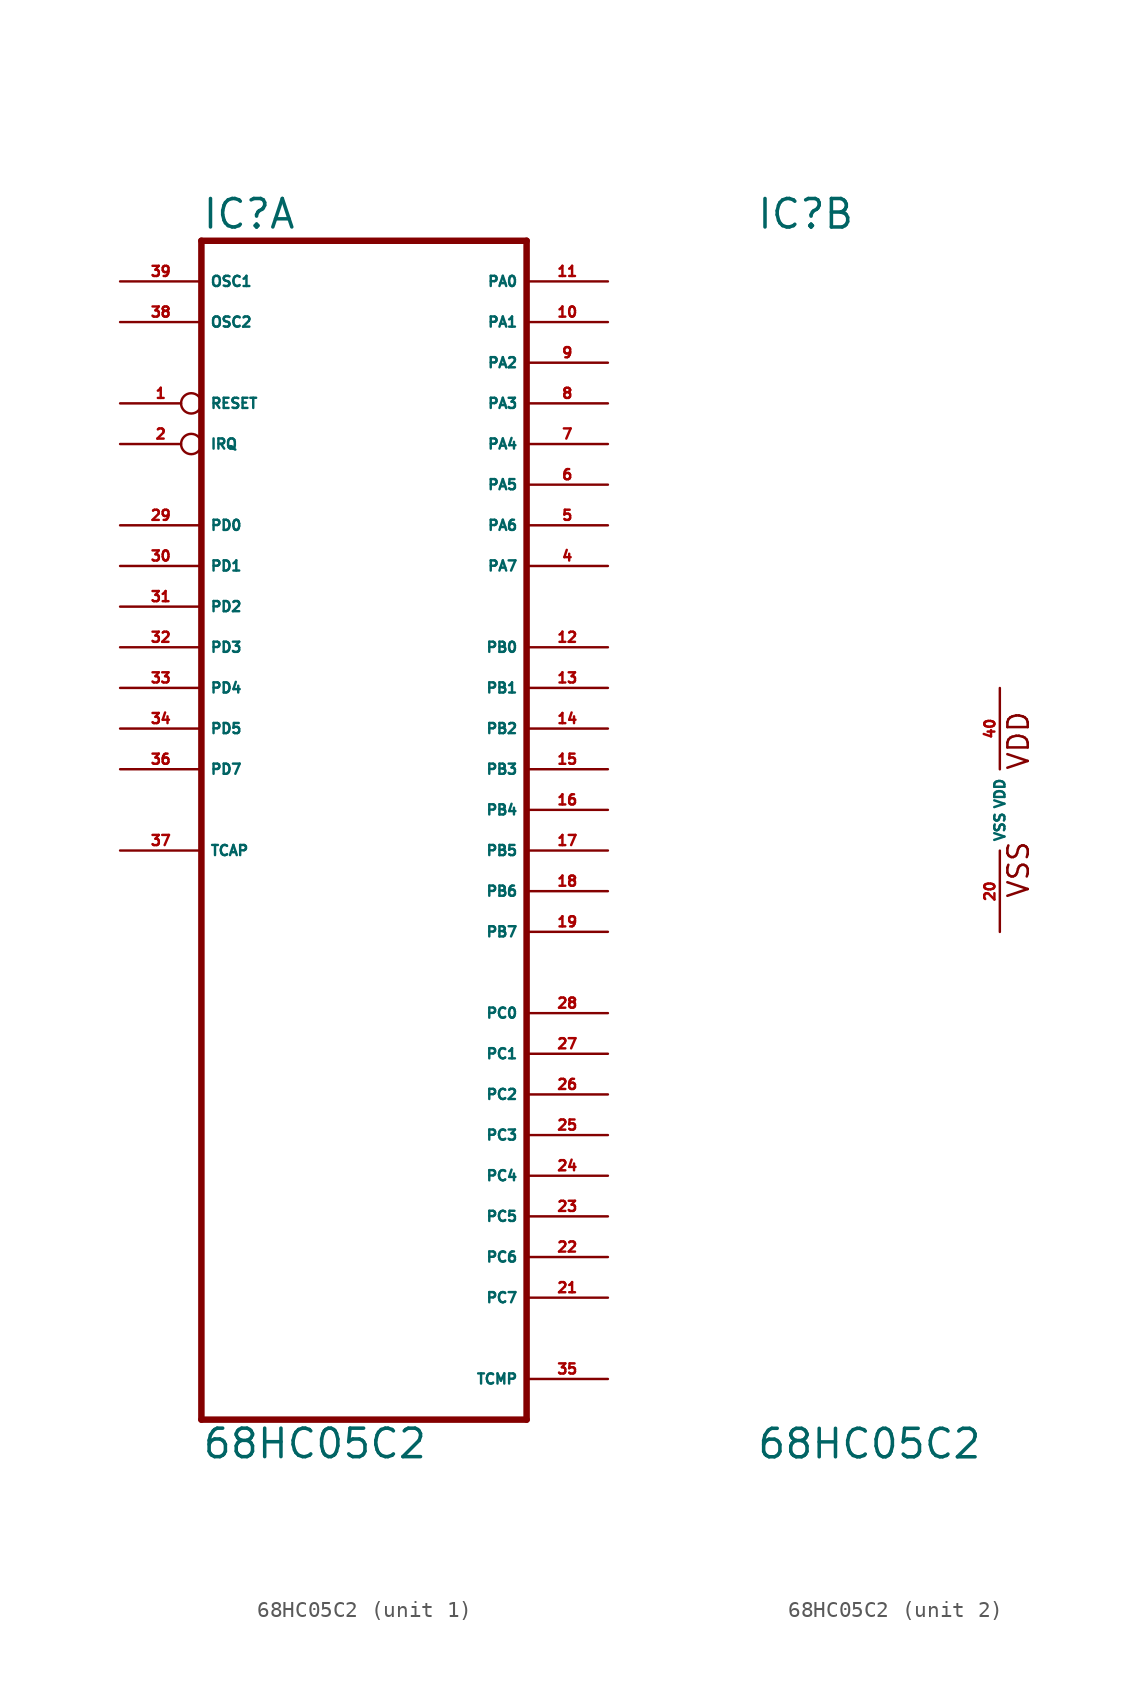
<source format=kicad_sym>
(kicad_symbol_lib
  (version 20220914)
  (generator Eagle2Kicad)
  (symbol "68HC05C2"
    (property "Reference" "IC"
      (at -15.24 36.195 0)
      (effects (font (size 1.778 1.778) (thickness 0.22)) (justify left bottom)))
    (property "Value" "68HC05C2"
      (at -15.24 -40.64 0)
      (effects (font (size 1.778 1.778) (thickness 0.22)) (justify left bottom)))
    (symbol "68HC05C2_1_0"
      (polyline (pts (xy -15.24 -38.1) (xy 5.08 -38.1)) (stroke (width 0.406) (type default)) (fill (type none)))
      (polyline (pts (xy 5.08 -38.1) (xy 5.08 35.56)) (stroke (width 0.406) (type default)) (fill (type none)))
      (polyline (pts (xy 5.08 35.56) (xy -15.24 35.56)) (stroke (width 0.406) (type default)) (fill (type none)))
      (polyline (pts (xy -15.24 35.56) (xy -15.24 -38.1)) (stroke (width 0.406) (type default)) (fill (type none)))
      (pin input inverted (at -20.32 25.4 0) (length 5.08) (name "RESET" (effects (font (size 0.635 0.635) (thickness 0.08)) (justify left bottom))) (number "1" (effects (font (size 0.635 0.635) (thickness 0.08)) (justify left bottom))))
      (pin input inverted (at -20.32 22.86 0) (length 5.08) (name "IRQ" (effects (font (size 0.635 0.635) (thickness 0.08)) (justify left bottom))) (number "2" (effects (font (size 0.635 0.635) (thickness 0.08)) (justify left bottom))))
      (pin bidirectional line (at 10.16 15.24 180) (length 5.08) (name "PA7" (effects (font (size 0.635 0.635) (thickness 0.08)) (justify left bottom))) (number "4" (effects (font (size 0.635 0.635) (thickness 0.08)) (justify left bottom))))
      (pin bidirectional line (at 10.16 17.78 180) (length 5.08) (name "PA6" (effects (font (size 0.635 0.635) (thickness 0.08)) (justify left bottom))) (number "5" (effects (font (size 0.635 0.635) (thickness 0.08)) (justify left bottom))))
      (pin bidirectional line (at 10.16 20.32 180) (length 5.08) (name "PA5" (effects (font (size 0.635 0.635) (thickness 0.08)) (justify left bottom))) (number "6" (effects (font (size 0.635 0.635) (thickness 0.08)) (justify left bottom))))
      (pin bidirectional line (at 10.16 22.86 180) (length 5.08) (name "PA4" (effects (font (size 0.635 0.635) (thickness 0.08)) (justify left bottom))) (number "7" (effects (font (size 0.635 0.635) (thickness 0.08)) (justify left bottom))))
      (pin bidirectional line (at 10.16 25.4 180) (length 5.08) (name "PA3" (effects (font (size 0.635 0.635) (thickness 0.08)) (justify left bottom))) (number "8" (effects (font (size 0.635 0.635) (thickness 0.08)) (justify left bottom))))
      (pin bidirectional line (at 10.16 27.94 180) (length 5.08) (name "PA2" (effects (font (size 0.635 0.635) (thickness 0.08)) (justify left bottom))) (number "9" (effects (font (size 0.635 0.635) (thickness 0.08)) (justify left bottom))))
      (pin bidirectional line (at 10.16 30.48 180) (length 5.08) (name "PA1" (effects (font (size 0.635 0.635) (thickness 0.08)) (justify left bottom))) (number "10" (effects (font (size 0.635 0.635) (thickness 0.08)) (justify left bottom))))
      (pin bidirectional line (at 10.16 33.02 180) (length 5.08) (name "PA0" (effects (font (size 0.635 0.635) (thickness 0.08)) (justify left bottom))) (number "11" (effects (font (size 0.635 0.635) (thickness 0.08)) (justify left bottom))))
      (pin bidirectional line (at 10.16 10.16 180) (length 5.08) (name "PB0" (effects (font (size 0.635 0.635) (thickness 0.08)) (justify left bottom))) (number "12" (effects (font (size 0.635 0.635) (thickness 0.08)) (justify left bottom))))
      (pin bidirectional line (at 10.16 7.62 180) (length 5.08) (name "PB1" (effects (font (size 0.635 0.635) (thickness 0.08)) (justify left bottom))) (number "13" (effects (font (size 0.635 0.635) (thickness 0.08)) (justify left bottom))))
      (pin bidirectional line (at 10.16 5.08 180) (length 5.08) (name "PB2" (effects (font (size 0.635 0.635) (thickness 0.08)) (justify left bottom))) (number "14" (effects (font (size 0.635 0.635) (thickness 0.08)) (justify left bottom))))
      (pin bidirectional line (at 10.16 2.54 180) (length 5.08) (name "PB3" (effects (font (size 0.635 0.635) (thickness 0.08)) (justify left bottom))) (number "15" (effects (font (size 0.635 0.635) (thickness 0.08)) (justify left bottom))))
      (pin bidirectional line (at 10.16 0 180) (length 5.08) (name "PB4" (effects (font (size 0.635 0.635) (thickness 0.08)) (justify left bottom))) (number "16" (effects (font (size 0.635 0.635) (thickness 0.08)) (justify left bottom))))
      (pin bidirectional line (at 10.16 -2.54 180) (length 5.08) (name "PB5" (effects (font (size 0.635 0.635) (thickness 0.08)) (justify left bottom))) (number "17" (effects (font (size 0.635 0.635) (thickness 0.08)) (justify left bottom))))
      (pin bidirectional line (at 10.16 -5.08 180) (length 5.08) (name "PB6" (effects (font (size 0.635 0.635) (thickness 0.08)) (justify left bottom))) (number "18" (effects (font (size 0.635 0.635) (thickness 0.08)) (justify left bottom))))
      (pin bidirectional line (at 10.16 -7.62 180) (length 5.08) (name "PB7" (effects (font (size 0.635 0.635) (thickness 0.08)) (justify left bottom))) (number "19" (effects (font (size 0.635 0.635) (thickness 0.08)) (justify left bottom))))
      (pin bidirectional line (at 10.16 -30.48 180) (length 5.08) (name "PC7" (effects (font (size 0.635 0.635) (thickness 0.08)) (justify left bottom))) (number "21" (effects (font (size 0.635 0.635) (thickness 0.08)) (justify left bottom))))
      (pin bidirectional line (at 10.16 -27.94 180) (length 5.08) (name "PC6" (effects (font (size 0.635 0.635) (thickness 0.08)) (justify left bottom))) (number "22" (effects (font (size 0.635 0.635) (thickness 0.08)) (justify left bottom))))
      (pin bidirectional line (at 10.16 -25.4 180) (length 5.08) (name "PC5" (effects (font (size 0.635 0.635) (thickness 0.08)) (justify left bottom))) (number "23" (effects (font (size 0.635 0.635) (thickness 0.08)) (justify left bottom))))
      (pin bidirectional line (at 10.16 -22.86 180) (length 5.08) (name "PC4" (effects (font (size 0.635 0.635) (thickness 0.08)) (justify left bottom))) (number "24" (effects (font (size 0.635 0.635) (thickness 0.08)) (justify left bottom))))
      (pin bidirectional line (at 10.16 -20.32 180) (length 5.08) (name "PC3" (effects (font (size 0.635 0.635) (thickness 0.08)) (justify left bottom))) (number "25" (effects (font (size 0.635 0.635) (thickness 0.08)) (justify left bottom))))
      (pin bidirectional line (at 10.16 -17.78 180) (length 5.08) (name "PC2" (effects (font (size 0.635 0.635) (thickness 0.08)) (justify left bottom))) (number "26" (effects (font (size 0.635 0.635) (thickness 0.08)) (justify left bottom))))
      (pin bidirectional line (at 10.16 -15.24 180) (length 5.08) (name "PC1" (effects (font (size 0.635 0.635) (thickness 0.08)) (justify left bottom))) (number "27" (effects (font (size 0.635 0.635) (thickness 0.08)) (justify left bottom))))
      (pin bidirectional line (at 10.16 -12.7 180) (length 5.08) (name "PC0" (effects (font (size 0.635 0.635) (thickness 0.08)) (justify left bottom))) (number "28" (effects (font (size 0.635 0.635) (thickness 0.08)) (justify left bottom))))
      (pin input line (at -20.32 17.78 0) (length 5.08) (name "PD0" (effects (font (size 0.635 0.635) (thickness 0.08)) (justify left bottom))) (number "29" (effects (font (size 0.635 0.635) (thickness 0.08)) (justify left bottom))))
      (pin input line (at -20.32 15.24 0) (length 5.08) (name "PD1" (effects (font (size 0.635 0.635) (thickness 0.08)) (justify left bottom))) (number "30" (effects (font (size 0.635 0.635) (thickness 0.08)) (justify left bottom))))
      (pin input line (at -20.32 12.7 0) (length 5.08) (name "PD2" (effects (font (size 0.635 0.635) (thickness 0.08)) (justify left bottom))) (number "31" (effects (font (size 0.635 0.635) (thickness 0.08)) (justify left bottom))))
      (pin input line (at -20.32 10.16 0) (length 5.08) (name "PD3" (effects (font (size 0.635 0.635) (thickness 0.08)) (justify left bottom))) (number "32" (effects (font (size 0.635 0.635) (thickness 0.08)) (justify left bottom))))
      (pin input line (at -20.32 7.62 0) (length 5.08) (name "PD4" (effects (font (size 0.635 0.635) (thickness 0.08)) (justify left bottom))) (number "33" (effects (font (size 0.635 0.635) (thickness 0.08)) (justify left bottom))))
      (pin input line (at -20.32 5.08 0) (length 5.08) (name "PD5" (effects (font (size 0.635 0.635) (thickness 0.08)) (justify left bottom))) (number "34" (effects (font (size 0.635 0.635) (thickness 0.08)) (justify left bottom))))
      (pin output line (at 10.16 -35.56 180) (length 5.08) (name "TCMP" (effects (font (size 0.635 0.635) (thickness 0.08)) (justify left bottom))) (number "35" (effects (font (size 0.635 0.635) (thickness 0.08)) (justify left bottom))))
      (pin input line (at -20.32 2.54 0) (length 5.08) (name "PD7" (effects (font (size 0.635 0.635) (thickness 0.08)) (justify left bottom))) (number "36" (effects (font (size 0.635 0.635) (thickness 0.08)) (justify left bottom))))
      (pin input line (at -20.32 -2.54 0) (length 5.08) (name "TCAP" (effects (font (size 0.635 0.635) (thickness 0.08)) (justify left bottom))) (number "37" (effects (font (size 0.635 0.635) (thickness 0.08)) (justify left bottom))))
      (pin passive line (at -20.32 30.48 0) (length 5.08) (name "OSC2" (effects (font (size 0.635 0.635) (thickness 0.08)) (justify left bottom))) (number "38" (effects (font (size 0.635 0.635) (thickness 0.08)) (justify left bottom))))
      (pin input line (at -20.32 33.02 0) (length 5.08) (name "OSC1" (effects (font (size 0.635 0.635) (thickness 0.08)) (justify left bottom))) (number "39" (effects (font (size 0.635 0.635) (thickness 0.08)) (justify left bottom)))))
    (symbol "68HC05C2_2_0"
      (text "VSS" (at 1.905 -5.588 900) (effects (font (size 1.27 1.27) (thickness 0.16)) (justify left bottom)))
      (text "VDD" (at 1.905 2.413 900) (effects (font (size 1.27 1.27) (thickness 0.16)) (justify left bottom)))
      (pin unspecified line (at 0 -7.62 90) (length 5.08) (name "VSS" (effects (font (size 0.635 0.635) (thickness 0.08)) (justify left bottom))) (number "20" (effects (font (size 0.635 0.635) (thickness 0.08)) (justify left bottom))))
      (pin unspecified line (at 0 7.62 270) (length 5.08) (name "VDD" (effects (font (size 0.635 0.635) (thickness 0.08)) (justify left bottom))) (number "40" (effects (font (size 0.635 0.635) (thickness 0.08)) (justify left bottom)))))))
</source>
